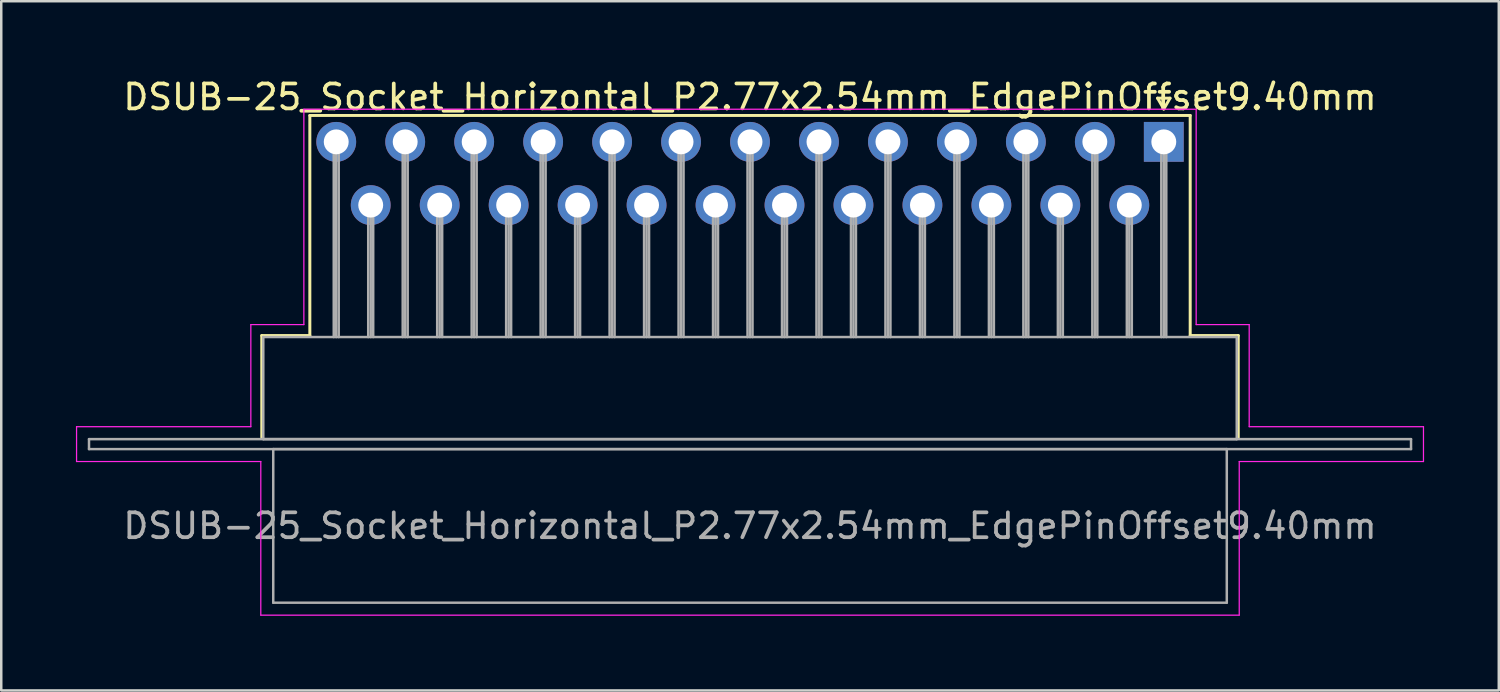
<source format=kicad_pcb>
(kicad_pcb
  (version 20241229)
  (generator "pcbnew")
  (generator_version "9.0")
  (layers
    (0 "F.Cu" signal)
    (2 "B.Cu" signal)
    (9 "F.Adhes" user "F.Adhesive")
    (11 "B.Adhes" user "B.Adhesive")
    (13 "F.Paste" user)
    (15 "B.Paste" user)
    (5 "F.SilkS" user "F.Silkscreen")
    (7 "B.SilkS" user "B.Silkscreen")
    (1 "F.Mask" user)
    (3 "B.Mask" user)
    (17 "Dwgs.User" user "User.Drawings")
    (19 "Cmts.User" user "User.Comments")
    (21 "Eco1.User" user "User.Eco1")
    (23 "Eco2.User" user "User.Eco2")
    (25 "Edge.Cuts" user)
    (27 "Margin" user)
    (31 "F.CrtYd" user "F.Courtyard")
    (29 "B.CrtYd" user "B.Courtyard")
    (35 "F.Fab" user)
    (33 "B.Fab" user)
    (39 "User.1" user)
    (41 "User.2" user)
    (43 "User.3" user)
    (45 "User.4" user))
  (footprint "DSUB-25_Socket_Horizontal_P2.77x2.54mm_EdgePinOffset9.40mm"
    (layer "F.Cu")
    (at 43.695 2.648)
    (property "Reference" "DSUB-25_Socket_Horizontal_P2.77x2.54mm_EdgePinOffset9.40mm" (at -16.62 -1.8 0) (layer "F.SilkS") (effects (font (size 1 1) (thickness 0.15))))
    (attr through_hole)
    (fp_line (start -36.23 7.78) (end -34.3 7.78) (stroke (width 0.12) (type solid)) (layer "F.SilkS"))
    (fp_line (start -36.23 11.88) (end -36.23 7.78) (stroke (width 0.12) (type solid)) (layer "F.SilkS"))
    (fp_line (start -34.3 -1.06) (end 1.06 -1.06) (stroke (width 0.12) (type solid)) (layer "F.SilkS"))
    (fp_line (start -34.3 7.78) (end -34.3 -1.06) (stroke (width 0.12) (type solid)) (layer "F.SilkS"))
    (fp_line (start -0.25 -1.754) (end 0.25 -1.754) (stroke (width 0.12) (type solid)) (layer "F.SilkS"))
    (fp_line (start 0 -1.321) (end -0.25 -1.754) (stroke (width 0.12) (type solid)) (layer "F.SilkS"))
    (fp_line (start 0.25 -1.754) (end 0 -1.321) (stroke (width 0.12) (type solid)) (layer "F.SilkS"))
    (fp_line (start 1.06 -1.06) (end 1.06 7.78) (stroke (width 0.12) (type solid)) (layer "F.SilkS"))
    (fp_line (start 1.06 7.78) (end 2.99 7.78) (stroke (width 0.12) (type solid)) (layer "F.SilkS"))
    (fp_line (start 2.99 7.78) (end 2.99 11.88) (stroke (width 0.12) (type solid)) (layer "F.SilkS"))
    (fp_line (start -43.67 11.44) (end -36.67 11.44) (stroke (width 0.05) (type solid)) (layer "F.CrtYd"))
    (fp_line (start -43.67 12.84) (end -43.67 11.44) (stroke (width 0.05) (type solid)) (layer "F.CrtYd"))
    (fp_line (start -36.67 7.34) (end -34.54 7.34) (stroke (width 0.05) (type solid)) (layer "F.CrtYd"))
    (fp_line (start -36.67 11.44) (end -36.67 7.34) (stroke (width 0.05) (type solid)) (layer "F.CrtYd"))
    (fp_line (start -36.27 12.84) (end -43.67 12.84) (stroke (width 0.05) (type solid)) (layer "F.CrtYd"))
    (fp_line (start -36.27 19.01) (end -36.27 12.84) (stroke (width 0.05) (type solid)) (layer "F.CrtYd"))
    (fp_line (start -34.54 -1.31) (end 1.3 -1.31) (stroke (width 0.05) (type solid)) (layer "F.CrtYd"))
    (fp_line (start -34.54 7.34) (end -34.54 -1.31) (stroke (width 0.05) (type solid)) (layer "F.CrtYd"))
    (fp_line (start 1.3 -1.31) (end 1.3 7.34) (stroke (width 0.05) (type solid)) (layer "F.CrtYd"))
    (fp_line (start 1.3 7.34) (end 3.43 7.34) (stroke (width 0.05) (type solid)) (layer "F.CrtYd"))
    (fp_line (start 3.03 12.84) (end 3.03 19.01) (stroke (width 0.05) (type solid)) (layer "F.CrtYd"))
    (fp_line (start 3.03 19.01) (end -36.27 19.01) (stroke (width 0.05) (type solid)) (layer "F.CrtYd"))
    (fp_line (start 3.43 7.34) (end 3.43 11.44) (stroke (width 0.05) (type solid)) (layer "F.CrtYd"))
    (fp_line (start 3.43 11.44) (end 10.43 11.44) (stroke (width 0.05) (type solid)) (layer "F.CrtYd"))
    (fp_line (start 10.43 11.44) (end 10.43 12.84) (stroke (width 0.05) (type solid)) (layer "F.CrtYd"))
    (fp_line (start 10.43 12.84) (end 3.03 12.84) (stroke (width 0.05) (type solid)) (layer "F.CrtYd"))
    (fp_line (start -43.17 11.94) (end -43.17 12.34) (stroke (width 0.1) (type solid)) (layer "F.Fab"))
    (fp_line (start -43.17 12.34) (end 9.93 12.34) (stroke (width 0.1) (type solid)) (layer "F.Fab"))
    (fp_line (start -36.17 7.84) (end -36.17 11.94) (stroke (width 0.1) (type solid)) (layer "F.Fab"))
    (fp_line (start -36.17 11.94) (end 2.93 11.94) (stroke (width 0.1) (type solid)) (layer "F.Fab"))
    (fp_line (start -35.77 12.34) (end -35.77 18.51) (stroke (width 0.1) (type solid)) (layer "F.Fab"))
    (fp_line (start -35.77 18.51) (end 2.53 18.51) (stroke (width 0.1) (type solid)) (layer "F.Fab"))
    (fp_line (start -33.34 0) (end -33.34 7.84) (stroke (width 0.1) (type solid)) (layer "F.Fab"))
    (fp_line (start -33.24 0) (end -33.24 7.84) (stroke (width 0.1) (type solid)) (layer "F.Fab"))
    (fp_line (start -33.14 0) (end -33.14 7.84) (stroke (width 0.1) (type solid)) (layer "F.Fab"))
    (fp_line (start -31.955 2.54) (end -31.955 7.84) (stroke (width 0.1) (type solid)) (layer "F.Fab"))
    (fp_line (start -31.855 2.54) (end -31.855 7.84) (stroke (width 0.1) (type solid)) (layer "F.Fab"))
    (fp_line (start -31.755 2.54) (end -31.755 7.84) (stroke (width 0.1) (type solid)) (layer "F.Fab"))
    (fp_line (start -30.57 0) (end -30.57 7.84) (stroke (width 0.1) (type solid)) (layer "F.Fab"))
    (fp_line (start -30.47 0) (end -30.47 7.84) (stroke (width 0.1) (type solid)) (layer "F.Fab"))
    (fp_line (start -30.37 0) (end -30.37 7.84) (stroke (width 0.1) (type solid)) (layer "F.Fab"))
    (fp_line (start -29.185 2.54) (end -29.185 7.84) (stroke (width 0.1) (type solid)) (layer "F.Fab"))
    (fp_line (start -29.085 2.54) (end -29.085 7.84) (stroke (width 0.1) (type solid)) (layer "F.Fab"))
    (fp_line (start -28.985 2.54) (end -28.985 7.84) (stroke (width 0.1) (type solid)) (layer "F.Fab"))
    (fp_line (start -27.8 0) (end -27.8 7.84) (stroke (width 0.1) (type solid)) (layer "F.Fab"))
    (fp_line (start -27.7 0) (end -27.7 7.84) (stroke (width 0.1) (type solid)) (layer "F.Fab"))
    (fp_line (start -27.6 0) (end -27.6 7.84) (stroke (width 0.1) (type solid)) (layer "F.Fab"))
    (fp_line (start -26.415 2.54) (end -26.415 7.84) (stroke (width 0.1) (type solid)) (layer "F.Fab"))
    (fp_line (start -26.315 2.54) (end -26.315 7.84) (stroke (width 0.1) (type solid)) (layer "F.Fab"))
    (fp_line (start -26.215 2.54) (end -26.215 7.84) (stroke (width 0.1) (type solid)) (layer "F.Fab"))
    (fp_line (start -25.03 0) (end -25.03 7.84) (stroke (width 0.1) (type solid)) (layer "F.Fab"))
    (fp_line (start -24.93 0) (end -24.93 7.84) (stroke (width 0.1) (type solid)) (layer "F.Fab"))
    (fp_line (start -24.83 0) (end -24.83 7.84) (stroke (width 0.1) (type solid)) (layer "F.Fab"))
    (fp_line (start -23.645 2.54) (end -23.645 7.84) (stroke (width 0.1) (type solid)) (layer "F.Fab"))
    (fp_line (start -23.545 2.54) (end -23.545 7.84) (stroke (width 0.1) (type solid)) (layer "F.Fab"))
    (fp_line (start -23.445 2.54) (end -23.445 7.84) (stroke (width 0.1) (type solid)) (layer "F.Fab"))
    (fp_line (start -22.26 0) (end -22.26 7.84) (stroke (width 0.1) (type solid)) (layer "F.Fab"))
    (fp_line (start -22.16 0) (end -22.16 7.84) (stroke (width 0.1) (type solid)) (layer "F.Fab"))
    (fp_line (start -22.06 0) (end -22.06 7.84) (stroke (width 0.1) (type solid)) (layer "F.Fab"))
    (fp_line (start -20.875 2.54) (end -20.875 7.84) (stroke (width 0.1) (type solid)) (layer "F.Fab"))
    (fp_line (start -20.775 2.54) (end -20.775 7.84) (stroke (width 0.1) (type solid)) (layer "F.Fab"))
    (fp_line (start -20.675 2.54) (end -20.675 7.84) (stroke (width 0.1) (type solid)) (layer "F.Fab"))
    (fp_line (start -19.49 0) (end -19.49 7.84) (stroke (width 0.1) (type solid)) (layer "F.Fab"))
    (fp_line (start -19.39 0) (end -19.39 7.84) (stroke (width 0.1) (type solid)) (layer "F.Fab"))
    (fp_line (start -19.29 0) (end -19.29 7.84) (stroke (width 0.1) (type solid)) (layer "F.Fab"))
    (fp_line (start -18.105 2.54) (end -18.105 7.84) (stroke (width 0.1) (type solid)) (layer "F.Fab"))
    (fp_line (start -18.005 2.54) (end -18.005 7.84) (stroke (width 0.1) (type solid)) (layer "F.Fab"))
    (fp_line (start -17.905 2.54) (end -17.905 7.84) (stroke (width 0.1) (type solid)) (layer "F.Fab"))
    (fp_line (start -16.72 0) (end -16.72 7.84) (stroke (width 0.1) (type solid)) (layer "F.Fab"))
    (fp_line (start -16.62 0) (end -16.62 7.84) (stroke (width 0.1) (type solid)) (layer "F.Fab"))
    (fp_line (start -16.52 0) (end -16.52 7.84) (stroke (width 0.1) (type solid)) (layer "F.Fab"))
    (fp_line (start -15.335 2.54) (end -15.335 7.84) (stroke (width 0.1) (type solid)) (layer "F.Fab"))
    (fp_line (start -15.235 2.54) (end -15.235 7.84) (stroke (width 0.1) (type solid)) (layer "F.Fab"))
    (fp_line (start -15.135 2.54) (end -15.135 7.84) (stroke (width 0.1) (type solid)) (layer "F.Fab"))
    (fp_line (start -13.95 0) (end -13.95 7.84) (stroke (width 0.1) (type solid)) (layer "F.Fab"))
    (fp_line (start -13.85 0) (end -13.85 7.84) (stroke (width 0.1) (type solid)) (layer "F.Fab"))
    (fp_line (start -13.75 0) (end -13.75 7.84) (stroke (width 0.1) (type solid)) (layer "F.Fab"))
    (fp_line (start -12.565 2.54) (end -12.565 7.84) (stroke (width 0.1) (type solid)) (layer "F.Fab"))
    (fp_line (start -12.465 2.54) (end -12.465 7.84) (stroke (width 0.1) (type solid)) (layer "F.Fab"))
    (fp_line (start -12.365 2.54) (end -12.365 7.84) (stroke (width 0.1) (type solid)) (layer "F.Fab"))
    (fp_line (start -11.18 0) (end -11.18 7.84) (stroke (width 0.1) (type solid)) (layer "F.Fab"))
    (fp_line (start -11.08 0) (end -11.08 7.84) (stroke (width 0.1) (type solid)) (layer "F.Fab"))
    (fp_line (start -10.98 0) (end -10.98 7.84) (stroke (width 0.1) (type solid)) (layer "F.Fab"))
    (fp_line (start -9.795 2.54) (end -9.795 7.84) (stroke (width 0.1) (type solid)) (layer "F.Fab"))
    (fp_line (start -9.695 2.54) (end -9.695 7.84) (stroke (width 0.1) (type solid)) (layer "F.Fab"))
    (fp_line (start -9.595 2.54) (end -9.595 7.84) (stroke (width 0.1) (type solid)) (layer "F.Fab"))
    (fp_line (start -8.41 0) (end -8.41 7.84) (stroke (width 0.1) (type solid)) (layer "F.Fab"))
    (fp_line (start -8.31 0) (end -8.31 7.84) (stroke (width 0.1) (type solid)) (layer "F.Fab"))
    (fp_line (start -8.21 0) (end -8.21 7.84) (stroke (width 0.1) (type solid)) (layer "F.Fab"))
    (fp_line (start -7.025 2.54) (end -7.025 7.84) (stroke (width 0.1) (type solid)) (layer "F.Fab"))
    (fp_line (start -6.925 2.54) (end -6.925 7.84) (stroke (width 0.1) (type solid)) (layer "F.Fab"))
    (fp_line (start -6.825 2.54) (end -6.825 7.84) (stroke (width 0.1) (type solid)) (layer "F.Fab"))
    (fp_line (start -5.64 0) (end -5.64 7.84) (stroke (width 0.1) (type solid)) (layer "F.Fab"))
    (fp_line (start -5.54 0) (end -5.54 7.84) (stroke (width 0.1) (type solid)) (layer "F.Fab"))
    (fp_line (start -5.44 0) (end -5.44 7.84) (stroke (width 0.1) (type solid)) (layer "F.Fab"))
    (fp_line (start -4.255 2.54) (end -4.255 7.84) (stroke (width 0.1) (type solid)) (layer "F.Fab"))
    (fp_line (start -4.155 2.54) (end -4.155 7.84) (stroke (width 0.1) (type solid)) (layer "F.Fab"))
    (fp_line (start -4.055 2.54) (end -4.055 7.84) (stroke (width 0.1) (type solid)) (layer "F.Fab"))
    (fp_line (start -2.87 0) (end -2.87 7.84) (stroke (width 0.1) (type solid)) (layer "F.Fab"))
    (fp_line (start -2.77 0) (end -2.77 7.84) (stroke (width 0.1) (type solid)) (layer "F.Fab"))
    (fp_line (start -2.67 0) (end -2.67 7.84) (stroke (width 0.1) (type solid)) (layer "F.Fab"))
    (fp_line (start -1.485 2.54) (end -1.485 7.84) (stroke (width 0.1) (type solid)) (layer "F.Fab"))
    (fp_line (start -1.385 2.54) (end -1.385 7.84) (stroke (width 0.1) (type solid)) (layer "F.Fab"))
    (fp_line (start -1.285 2.54) (end -1.285 7.84) (stroke (width 0.1) (type solid)) (layer "F.Fab"))
    (fp_line (start -0.1 0) (end -0.1 7.84) (stroke (width 0.1) (type solid)) (layer "F.Fab"))
    (fp_line (start 0 0) (end 0 7.84) (stroke (width 0.1) (type solid)) (layer "F.Fab"))
    (fp_line (start 0.1 0) (end 0.1 7.84) (stroke (width 0.1) (type solid)) (layer "F.Fab"))
    (fp_line (start 2.53 12.34) (end -35.77 12.34) (stroke (width 0.1) (type solid)) (layer "F.Fab"))
    (fp_line (start 2.53 18.51) (end 2.53 12.34) (stroke (width 0.1) (type solid)) (layer "F.Fab"))
    (fp_line (start 2.93 7.84) (end -36.17 7.84) (stroke (width 0.1) (type solid)) (layer "F.Fab"))
    (fp_line (start 2.93 11.94) (end 2.93 7.84) (stroke (width 0.1) (type solid)) (layer "F.Fab"))
    (fp_line (start 9.93 11.94) (end -43.17 11.94) (stroke (width 0.1) (type solid)) (layer "F.Fab"))
    (fp_line (start 9.93 12.34) (end 9.93 11.94) (stroke (width 0.1) (type solid)) (layer "F.Fab"))
    (fp_text user "${REFERENCE}" (at -16.62 15.425 0) (layer "F.Fab") (effects (font (size 1 1) (thickness 0.15))))
    (pad "1" thru_hole rect (at 0 0) (size 1.6 1.6) (drill 1) (layers "*.Cu" "*.Mask"))
    (pad "2" thru_hole circle (at -2.77 0) (size 1.6 1.6) (drill 1) (layers "*.Cu" "*.Mask"))
    (pad "3" thru_hole circle (at -5.54 0) (size 1.6 1.6) (drill 1) (layers "*.Cu" "*.Mask"))
    (pad "4" thru_hole circle (at -8.31 0) (size 1.6 1.6) (drill 1) (layers "*.Cu" "*.Mask"))
    (pad "5" thru_hole circle (at -11.08 0) (size 1.6 1.6) (drill 1) (layers "*.Cu" "*.Mask"))
    (pad "6" thru_hole circle (at -13.85 0) (size 1.6 1.6) (drill 1) (layers "*.Cu" "*.Mask"))
    (pad "7" thru_hole circle (at -16.62 0) (size 1.6 1.6) (drill 1) (layers "*.Cu" "*.Mask"))
    (pad "8" thru_hole circle (at -19.39 0) (size 1.6 1.6) (drill 1) (layers "*.Cu" "*.Mask"))
    (pad "9" thru_hole circle (at -22.16 0) (size 1.6 1.6) (drill 1) (layers "*.Cu" "*.Mask"))
    (pad "10" thru_hole circle (at -24.93 0) (size 1.6 1.6) (drill 1) (layers "*.Cu" "*.Mask"))
    (pad "11" thru_hole circle (at -27.7 0) (size 1.6 1.6) (drill 1) (layers "*.Cu" "*.Mask"))
    (pad "12" thru_hole circle (at -30.47 0) (size 1.6 1.6) (drill 1) (layers "*.Cu" "*.Mask"))
    (pad "13" thru_hole circle (at -33.24 0) (size 1.6 1.6) (drill 1) (layers "*.Cu" "*.Mask"))
    (pad "14" thru_hole circle (at -1.385 2.54) (size 1.6 1.6) (drill 1) (layers "*.Cu" "*.Mask"))
    (pad "15" thru_hole circle (at -4.155 2.54) (size 1.6 1.6) (drill 1) (layers "*.Cu" "*.Mask"))
    (pad "16" thru_hole circle (at -6.925 2.54) (size 1.6 1.6) (drill 1) (layers "*.Cu" "*.Mask"))
    (pad "17" thru_hole circle (at -9.695 2.54) (size 1.6 1.6) (drill 1) (layers "*.Cu" "*.Mask"))
    (pad "18" thru_hole circle (at -12.465 2.54) (size 1.6 1.6) (drill 1) (layers "*.Cu" "*.Mask"))
    (pad "19" thru_hole circle (at -15.235 2.54) (size 1.6 1.6) (drill 1) (layers "*.Cu" "*.Mask"))
    (pad "20" thru_hole circle (at -18.005 2.54) (size 1.6 1.6) (drill 1) (layers "*.Cu" "*.Mask"))
    (pad "21" thru_hole circle (at -20.775 2.54) (size 1.6 1.6) (drill 1) (layers "*.Cu" "*.Mask"))
    (pad "22" thru_hole circle (at -23.545 2.54) (size 1.6 1.6) (drill 1) (layers "*.Cu" "*.Mask"))
    (pad "23" thru_hole circle (at -26.315 2.54) (size 1.6 1.6) (drill 1) (layers "*.Cu" "*.Mask"))
    (pad "24" thru_hole circle (at -29.085 2.54) (size 1.6 1.6) (drill 1) (layers "*.Cu" "*.Mask"))
    (pad "25" thru_hole circle (at -31.855 2.54) (size 1.6 1.6) (drill 1) (layers "*.Cu" "*.Mask")))
  (gr_rect
    (start -3 -3)
    (end 57.15 24.683)
    (stroke (width 0.1) (type default))
    (fill no)
    (layer "Edge.Cuts")))
</source>
